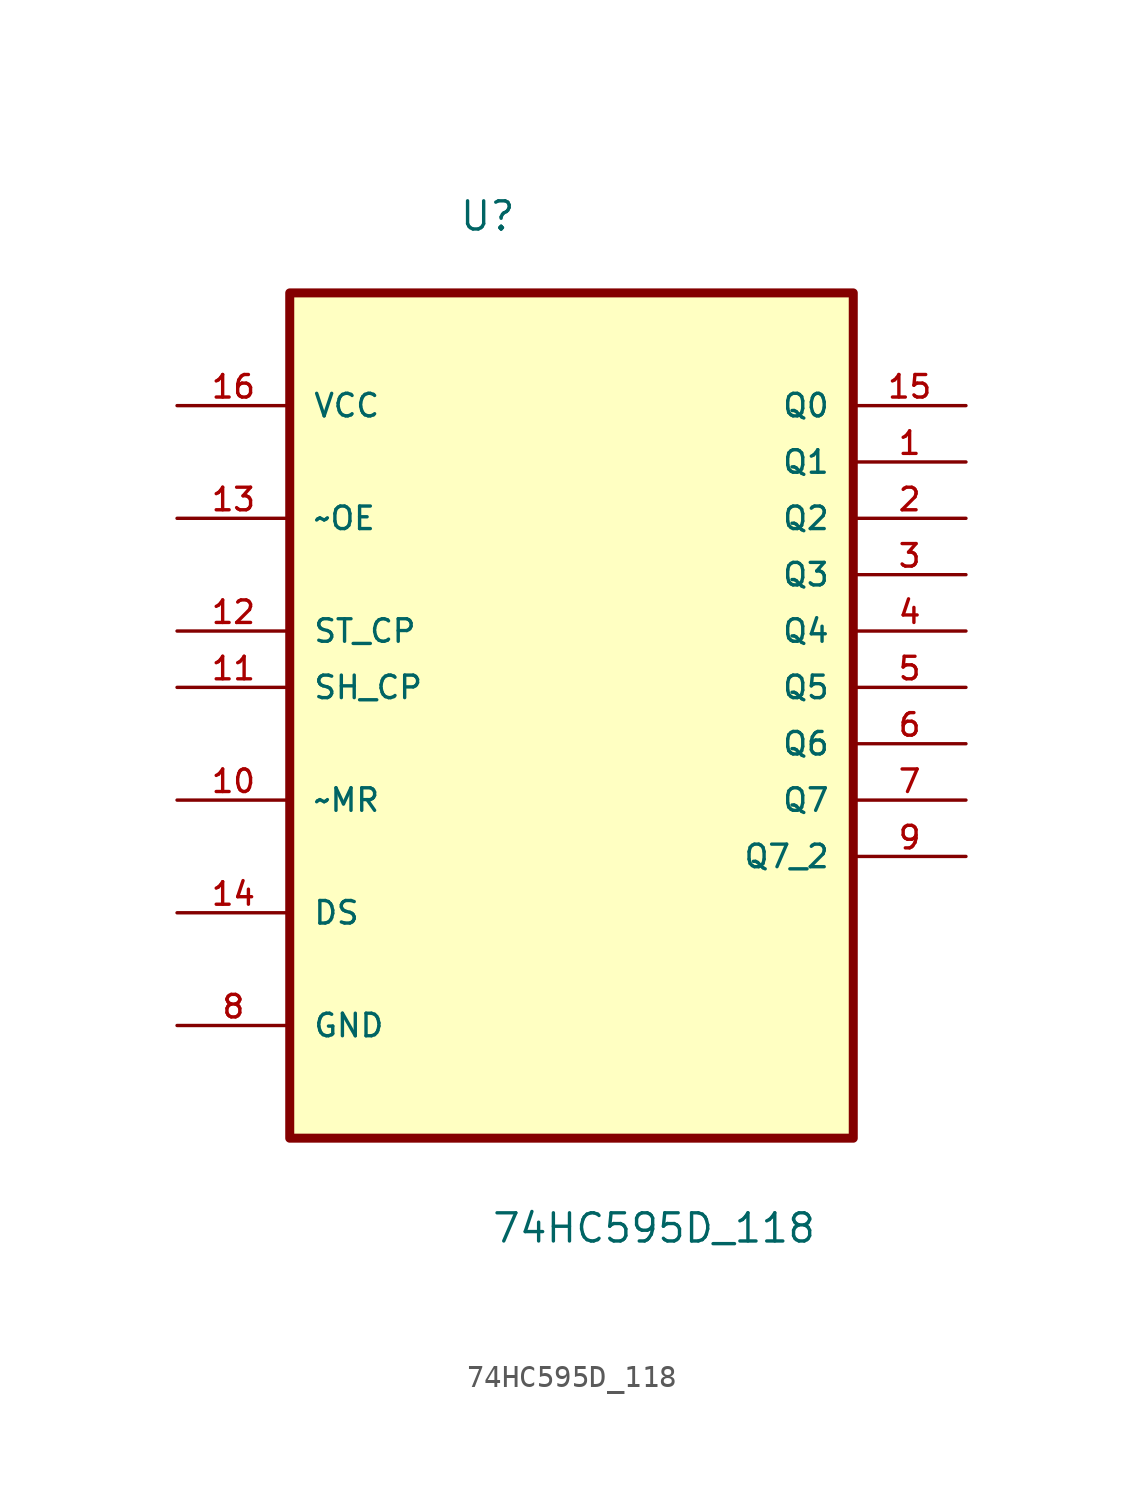
<source format=kicad_sym>
(kicad_symbol_lib
  (version 20211014)
  (generator kicad_symbol_editor)
  (symbol "74HC595D_118"
    (pin_names
      (offset 1.016))
    (property "Reference" "U"
      (at -5.087 17.958 0.0)
      (effects (font (size 1.27 1.27)) (justify bottom left)))
    (property "Value" "74HC595D_118"
      (at -3.638 -27.656 0.0)
      (effects (font (size 1.27 1.27)) (justify bottom left)))
    (symbol "74HC595D_118_0_0"
      (rectangle (start -12.7 -22.86) (end 12.7 15.24) (stroke (width 0.406)) (fill (type background)))
      (pin power_in line (at -17.78 10.16 0) (length 5.08) (name "VCC" (effects (font (size 1.016 1.016)))) (number "16" (effects (font (size 1.016 1.016)))))
      (pin input line (at -17.78 5.08 0) (length 5.08) (name "~OE" (effects (font (size 1.016 1.016)))) (number "13" (effects (font (size 1.016 1.016)))))
      (pin input line (at -17.78 0.0 0) (length 5.08) (name "ST_CP" (effects (font (size 1.016 1.016)))) (number "12" (effects (font (size 1.016 1.016)))))
      (pin input line (at -17.78 -2.54 0) (length 5.08) (name "SH_CP" (effects (font (size 1.016 1.016)))) (number "11" (effects (font (size 1.016 1.016)))))
      (pin input line (at -17.78 -7.62 0) (length 5.08) (name "~MR" (effects (font (size 1.016 1.016)))) (number "10" (effects (font (size 1.016 1.016)))))
      (pin input line (at -17.78 -12.7 0) (length 5.08) (name "DS" (effects (font (size 1.016 1.016)))) (number "14" (effects (font (size 1.016 1.016)))))
      (pin passive line (at -17.78 -17.78 0) (length 5.08) (name "GND" (effects (font (size 1.016 1.016)))) (number "8" (effects (font (size 1.016 1.016)))))
      (pin output line (at 17.78 10.16 180.0) (length 5.08) (name "Q0" (effects (font (size 1.016 1.016)))) (number "15" (effects (font (size 1.016 1.016)))))
      (pin output line (at 17.78 7.62 180.0) (length 5.08) (name "Q1" (effects (font (size 1.016 1.016)))) (number "1" (effects (font (size 1.016 1.016)))))
      (pin output line (at 17.78 5.08 180.0) (length 5.08) (name "Q2" (effects (font (size 1.016 1.016)))) (number "2" (effects (font (size 1.016 1.016)))))
      (pin output line (at 17.78 2.54 180.0) (length 5.08) (name "Q3" (effects (font (size 1.016 1.016)))) (number "3" (effects (font (size 1.016 1.016)))))
      (pin output line (at 17.78 0.0 180.0) (length 5.08) (name "Q4" (effects (font (size 1.016 1.016)))) (number "4" (effects (font (size 1.016 1.016)))))
      (pin output line (at 17.78 -2.54 180.0) (length 5.08) (name "Q5" (effects (font (size 1.016 1.016)))) (number "5" (effects (font (size 1.016 1.016)))))
      (pin output line (at 17.78 -5.08 180.0) (length 5.08) (name "Q6" (effects (font (size 1.016 1.016)))) (number "6" (effects (font (size 1.016 1.016)))))
      (pin output line (at 17.78 -7.62 180.0) (length 5.08) (name "Q7" (effects (font (size 1.016 1.016)))) (number "7" (effects (font (size 1.016 1.016)))))
      (pin output line (at 17.78 -10.16 180.0) (length 5.08) (name "Q7_2" (effects (font (size 1.016 1.016)))) (number "9" (effects (font (size 1.016 1.016))))))))
</source>
